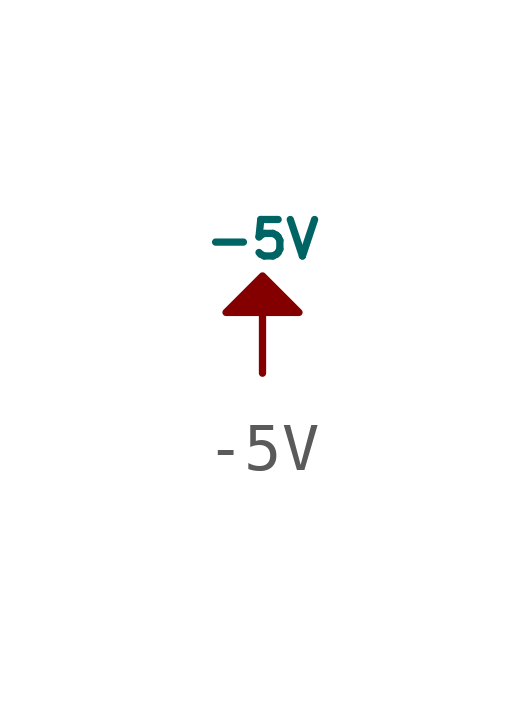
<source format=kicad_sym>
(kicad_symbol_lib
  (version 20211014)
  (generator kicad_symbol_editor)
  (symbol "-5V"
    (power)
    (pin_names
      (offset 0))
    (property "Reference" "#PWR"
      (at 0 3.556 0)
      (effects (font (size 0.508 0.508)) hide))
    (property "Value" "-5V"
      (at 0 2.794 0)
      (effects (font (size 0.762 0.762))))
    (symbol "-5V_0_0"
      (pin power_in line (at 0 0 90) (length 0) hide (name "-5V" (effects (font (size 0.508 0.508)))) (number "1" (effects (font (size 0.508 0.508))))))
    (symbol "-5V_0_1"
      (polyline (pts (xy 0 0) (xy 0 1.27) (xy 0 1.27)) (stroke (width 0) (type default) (color 0 0 0 0)) (fill (type none)))
      (polyline (pts (xy 0 2.032) (xy 0.762 1.27) (xy -0.508 1.27) (xy -0.762 1.27) (xy 0 2.032) (xy 0 2.032) (xy 0 2.032)) (stroke (width 0) (type default) (color 0 0 0 0)) (fill (type outline))))))
</source>
